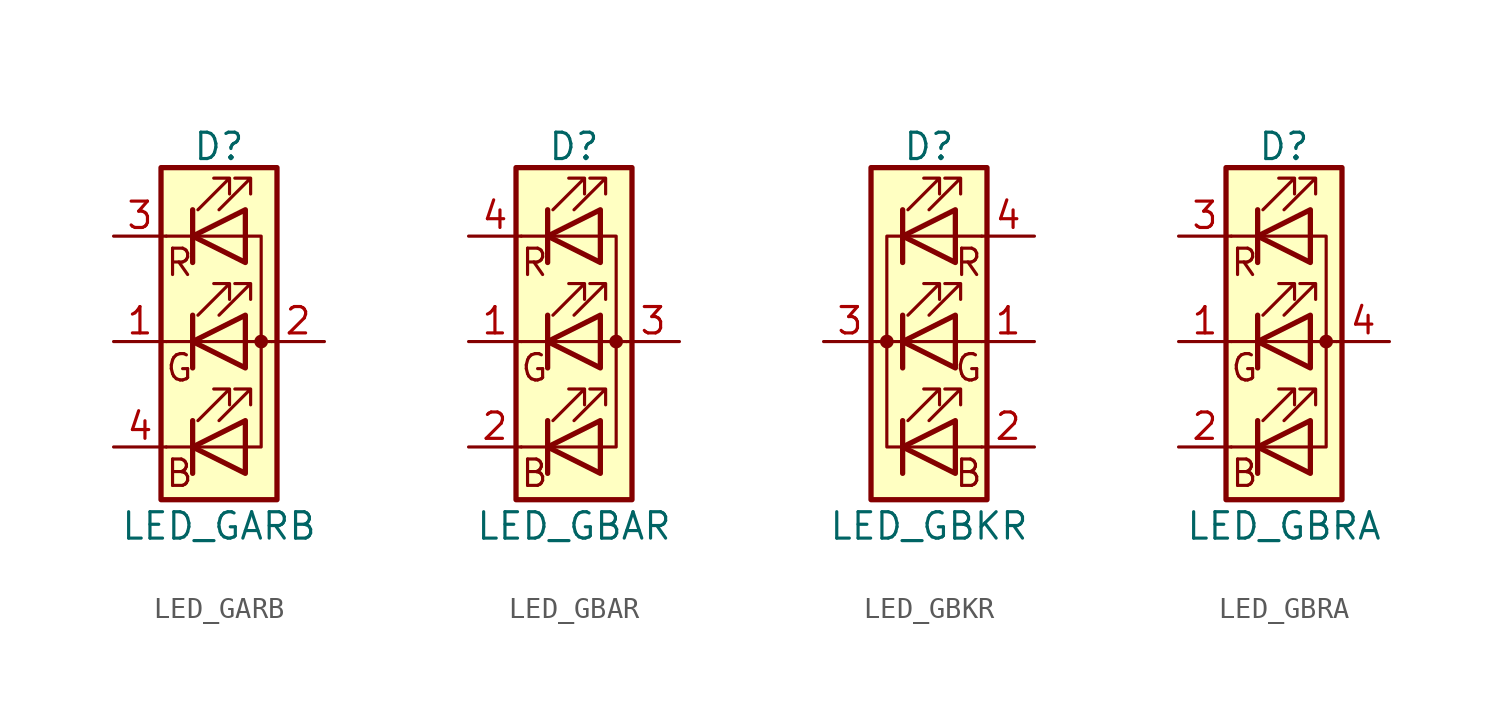
<source format=kicad_sym>
(kicad_symbol_lib
  (version 20201005)
  (generator kicad_symbol_editor)
  (symbol "LED_GARB"
    (pin_names
      (offset 0) hide)
    (property "Reference" "D"
      (at 0 9.398 0)
      (effects (font (size 1.27 1.27))))
    (property "Value" "LED_GARB"
      (at 0 -8.89 0)
      (effects (font (size 1.27 1.27))))
    (symbol "LED_GARB_0_0"
      (text "B" (at -1.905 -6.35 0) (effects (font (size 1.27 1.27))))
      (text "G" (at -1.905 -1.27 0) (effects (font (size 1.27 1.27))))
      (text "R" (at -1.905 3.81 0) (effects (font (size 1.27 1.27)))))
    (symbol "LED_GARB_0_1"
      (circle (center 2.032 0) (radius 0.254) (stroke (width 0)) (fill (type outline)))
      (rectangle (start 1.27 -1.27) (end 1.27 1.27) (stroke (width 0)) (fill (type none)))
      (rectangle (start 1.27 1.27) (end 1.27 1.27) (stroke (width 0)) (fill (type none)))
      (rectangle (start 1.27 3.81) (end 1.27 6.35) (stroke (width 0)) (fill (type none)))
      (rectangle (start 1.27 6.35) (end 1.27 6.35) (stroke (width 0)) (fill (type none)))
      (rectangle (start 2.794 8.382) (end -2.794 -7.62) (stroke (width 0.254)) (fill (type background)))
      (polyline (pts (xy -1.27 -5.08) (xy -2.54 -5.08)) (stroke (width 0)) (fill (type none)))
      (polyline (pts (xy -1.27 -5.08) (xy 1.27 -5.08)) (stroke (width 0)) (fill (type none)))
      (polyline (pts (xy -1.27 -3.81) (xy -1.27 -6.35)) (stroke (width 0.254)) (fill (type none)))
      (polyline (pts (xy -1.27 0) (xy -2.54 0)) (stroke (width 0)) (fill (type none)))
      (polyline (pts (xy -1.27 1.27) (xy -1.27 -1.27)) (stroke (width 0.254)) (fill (type none)))
      (polyline (pts (xy -1.27 5.08) (xy -2.54 5.08)) (stroke (width 0)) (fill (type none)))
      (polyline (pts (xy -1.27 5.08) (xy 1.27 5.08)) (stroke (width 0)) (fill (type none)))
      (polyline (pts (xy -1.27 6.35) (xy -1.27 3.81)) (stroke (width 0.254)) (fill (type none)))
      (polyline (pts (xy 1.27 0) (xy -1.27 0)) (stroke (width 0)) (fill (type none)))
      (polyline (pts (xy 1.27 0) (xy 2.54 0)) (stroke (width 0)) (fill (type none)))
      (polyline (pts (xy -1.27 1.27) (xy -1.27 -1.27) (xy -1.27 -1.27)) (stroke (width 0)) (fill (type none)))
      (polyline (pts (xy -1.27 6.35) (xy -1.27 3.81) (xy -1.27 3.81)) (stroke (width 0)) (fill (type none)))
      (polyline (pts (xy 1.27 -5.08) (xy 2.032 -5.08) (xy 2.032 5.08) (xy 1.27 5.08)) (stroke (width 0)) (fill (type none)))
      (polyline (pts (xy 1.27 -3.81) (xy 1.27 -6.35) (xy -1.27 -5.08) (xy 1.27 -3.81)) (stroke (width 0.254)) (fill (type none)))
      (polyline (pts (xy 1.27 1.27) (xy 1.27 -1.27) (xy -1.27 0) (xy 1.27 1.27)) (stroke (width 0.254)) (fill (type none)))
      (polyline (pts (xy 1.27 6.35) (xy 1.27 3.81) (xy -1.27 5.08) (xy 1.27 6.35)) (stroke (width 0.254)) (fill (type none)))
      (polyline (pts (xy -1.016 -3.81) (xy 0.508 -2.286) (xy -0.254 -2.286) (xy 0.508 -2.286) (xy 0.508 -3.048)) (stroke (width 0)) (fill (type none)))
      (polyline (pts (xy -1.016 1.27) (xy 0.508 2.794) (xy -0.254 2.794) (xy 0.508 2.794) (xy 0.508 2.032)) (stroke (width 0)) (fill (type none)))
      (polyline (pts (xy -1.016 6.35) (xy 0.508 7.874) (xy -0.254 7.874) (xy 0.508 7.874) (xy 0.508 7.112)) (stroke (width 0)) (fill (type none)))
      (polyline (pts (xy 0 -3.81) (xy 1.524 -2.286) (xy 0.762 -2.286) (xy 1.524 -2.286) (xy 1.524 -3.048)) (stroke (width 0)) (fill (type none)))
      (polyline (pts (xy 0 1.27) (xy 1.524 2.794) (xy 0.762 2.794) (xy 1.524 2.794) (xy 1.524 2.032)) (stroke (width 0)) (fill (type none)))
      (polyline (pts (xy 0 6.35) (xy 1.524 7.874) (xy 0.762 7.874) (xy 1.524 7.874) (xy 1.524 7.112)) (stroke (width 0)) (fill (type none))))
    (symbol "LED_GARB_1_1"
      (pin passive line (at -5.08 0 0) (length 2.54) (name "GK" (effects (font (size 1.27 1.27)))) (number "1" (effects (font (size 1.27 1.27)))))
      (pin passive line (at 5.08 0 180) (length 2.54) (name "A" (effects (font (size 1.27 1.27)))) (number "2" (effects (font (size 1.27 1.27)))))
      (pin passive line (at -5.08 5.08 0) (length 2.54) (name "RK" (effects (font (size 1.27 1.27)))) (number "3" (effects (font (size 1.27 1.27)))))
      (pin passive line (at -5.08 -5.08 0) (length 2.54) (name "BK" (effects (font (size 1.27 1.27)))) (number "4" (effects (font (size 1.27 1.27)))))))
  (symbol "LED_GBAR"
    (pin_names
      (offset 0) hide)
    (property "Reference" "D"
      (at 0 9.398 0)
      (effects (font (size 1.27 1.27))))
    (property "Value" "LED_GBAR"
      (at 0 -8.89 0)
      (effects (font (size 1.27 1.27))))
    (symbol "LED_GBAR_0_0"
      (text "B" (at -1.905 -6.35 0) (effects (font (size 1.27 1.27))))
      (text "G" (at -1.905 -1.27 0) (effects (font (size 1.27 1.27))))
      (text "R" (at -1.905 3.81 0) (effects (font (size 1.27 1.27)))))
    (symbol "LED_GBAR_0_1"
      (circle (center 2.032 0) (radius 0.254) (stroke (width 0)) (fill (type outline)))
      (rectangle (start 1.27 -1.27) (end 1.27 1.27) (stroke (width 0)) (fill (type none)))
      (rectangle (start 1.27 1.27) (end 1.27 1.27) (stroke (width 0)) (fill (type none)))
      (rectangle (start 1.27 3.81) (end 1.27 6.35) (stroke (width 0)) (fill (type none)))
      (rectangle (start 1.27 6.35) (end 1.27 6.35) (stroke (width 0)) (fill (type none)))
      (rectangle (start 2.794 8.382) (end -2.794 -7.62) (stroke (width 0.254)) (fill (type background)))
      (polyline (pts (xy -1.27 -5.08) (xy -2.54 -5.08)) (stroke (width 0)) (fill (type none)))
      (polyline (pts (xy -1.27 -5.08) (xy 1.27 -5.08)) (stroke (width 0)) (fill (type none)))
      (polyline (pts (xy -1.27 -3.81) (xy -1.27 -6.35)) (stroke (width 0.254)) (fill (type none)))
      (polyline (pts (xy -1.27 0) (xy -2.54 0)) (stroke (width 0)) (fill (type none)))
      (polyline (pts (xy -1.27 1.27) (xy -1.27 -1.27)) (stroke (width 0.254)) (fill (type none)))
      (polyline (pts (xy -1.27 5.08) (xy -2.54 5.08)) (stroke (width 0)) (fill (type none)))
      (polyline (pts (xy -1.27 5.08) (xy 1.27 5.08)) (stroke (width 0)) (fill (type none)))
      (polyline (pts (xy -1.27 6.35) (xy -1.27 3.81)) (stroke (width 0.254)) (fill (type none)))
      (polyline (pts (xy 1.27 0) (xy -1.27 0)) (stroke (width 0)) (fill (type none)))
      (polyline (pts (xy 1.27 0) (xy 2.54 0)) (stroke (width 0)) (fill (type none)))
      (polyline (pts (xy -1.27 1.27) (xy -1.27 -1.27) (xy -1.27 -1.27)) (stroke (width 0)) (fill (type none)))
      (polyline (pts (xy -1.27 6.35) (xy -1.27 3.81) (xy -1.27 3.81)) (stroke (width 0)) (fill (type none)))
      (polyline (pts (xy 1.27 -5.08) (xy 2.032 -5.08) (xy 2.032 5.08) (xy 1.27 5.08)) (stroke (width 0)) (fill (type none)))
      (polyline (pts (xy 1.27 -3.81) (xy 1.27 -6.35) (xy -1.27 -5.08) (xy 1.27 -3.81)) (stroke (width 0.254)) (fill (type none)))
      (polyline (pts (xy 1.27 1.27) (xy 1.27 -1.27) (xy -1.27 0) (xy 1.27 1.27)) (stroke (width 0.254)) (fill (type none)))
      (polyline (pts (xy 1.27 6.35) (xy 1.27 3.81) (xy -1.27 5.08) (xy 1.27 6.35)) (stroke (width 0.254)) (fill (type none)))
      (polyline (pts (xy -1.016 -3.81) (xy 0.508 -2.286) (xy -0.254 -2.286) (xy 0.508 -2.286) (xy 0.508 -3.048)) (stroke (width 0)) (fill (type none)))
      (polyline (pts (xy -1.016 1.27) (xy 0.508 2.794) (xy -0.254 2.794) (xy 0.508 2.794) (xy 0.508 2.032)) (stroke (width 0)) (fill (type none)))
      (polyline (pts (xy -1.016 6.35) (xy 0.508 7.874) (xy -0.254 7.874) (xy 0.508 7.874) (xy 0.508 7.112)) (stroke (width 0)) (fill (type none)))
      (polyline (pts (xy 0 -3.81) (xy 1.524 -2.286) (xy 0.762 -2.286) (xy 1.524 -2.286) (xy 1.524 -3.048)) (stroke (width 0)) (fill (type none)))
      (polyline (pts (xy 0 1.27) (xy 1.524 2.794) (xy 0.762 2.794) (xy 1.524 2.794) (xy 1.524 2.032)) (stroke (width 0)) (fill (type none)))
      (polyline (pts (xy 0 6.35) (xy 1.524 7.874) (xy 0.762 7.874) (xy 1.524 7.874) (xy 1.524 7.112)) (stroke (width 0)) (fill (type none))))
    (symbol "LED_GBAR_1_1"
      (pin passive line (at -5.08 0 0) (length 2.54) (name "GK" (effects (font (size 1.27 1.27)))) (number "1" (effects (font (size 1.27 1.27)))))
      (pin passive line (at -5.08 -5.08 0) (length 2.54) (name "BK" (effects (font (size 1.27 1.27)))) (number "2" (effects (font (size 1.27 1.27)))))
      (pin passive line (at 5.08 0 180) (length 2.54) (name "A" (effects (font (size 1.27 1.27)))) (number "3" (effects (font (size 1.27 1.27)))))
      (pin passive line (at -5.08 5.08 0) (length 2.54) (name "RK" (effects (font (size 1.27 1.27)))) (number "4" (effects (font (size 1.27 1.27)))))))
  (symbol "LED_GBKR"
    (pin_names
      (offset 0) hide)
    (property "Reference" "D"
      (at 0 9.398 0)
      (effects (font (size 1.27 1.27))))
    (property "Value" "LED_GBKR"
      (at 0 -8.89 0)
      (effects (font (size 1.27 1.27))))
    (symbol "LED_GBKR_0_0"
      (text "B" (at 1.905 -6.35 0) (effects (font (size 1.27 1.27))))
      (text "G" (at 1.905 -1.27 0) (effects (font (size 1.27 1.27))))
      (text "R" (at 1.905 3.81 0) (effects (font (size 1.27 1.27)))))
    (symbol "LED_GBKR_0_1"
      (circle (center -2.032 0) (radius 0.254) (stroke (width 0)) (fill (type outline)))
      (rectangle (start 1.27 -1.27) (end 1.27 1.27) (stroke (width 0)) (fill (type none)))
      (rectangle (start 1.27 1.27) (end 1.27 1.27) (stroke (width 0)) (fill (type none)))
      (rectangle (start 1.27 3.81) (end 1.27 6.35) (stroke (width 0)) (fill (type none)))
      (rectangle (start 1.27 6.35) (end 1.27 6.35) (stroke (width 0)) (fill (type none)))
      (rectangle (start 2.794 8.382) (end -2.794 -7.62) (stroke (width 0.254)) (fill (type background)))
      (polyline (pts (xy -1.27 -5.08) (xy 1.27 -5.08)) (stroke (width 0)) (fill (type none)))
      (polyline (pts (xy -1.27 -3.81) (xy -1.27 -6.35)) (stroke (width 0.254)) (fill (type none)))
      (polyline (pts (xy -1.27 0) (xy -2.54 0)) (stroke (width 0)) (fill (type none)))
      (polyline (pts (xy -1.27 1.27) (xy -1.27 -1.27)) (stroke (width 0.254)) (fill (type none)))
      (polyline (pts (xy -1.27 5.08) (xy 1.27 5.08)) (stroke (width 0)) (fill (type none)))
      (polyline (pts (xy -1.27 6.35) (xy -1.27 3.81)) (stroke (width 0.254)) (fill (type none)))
      (polyline (pts (xy 1.27 -5.08) (xy 2.54 -5.08)) (stroke (width 0)) (fill (type none)))
      (polyline (pts (xy 1.27 0) (xy -1.27 0)) (stroke (width 0)) (fill (type none)))
      (polyline (pts (xy 1.27 0) (xy 2.54 0)) (stroke (width 0)) (fill (type none)))
      (polyline (pts (xy 1.27 5.08) (xy 2.54 5.08)) (stroke (width 0)) (fill (type none)))
      (polyline (pts (xy -1.27 1.27) (xy -1.27 -1.27) (xy -1.27 -1.27)) (stroke (width 0)) (fill (type none)))
      (polyline (pts (xy -1.27 6.35) (xy -1.27 3.81) (xy -1.27 3.81)) (stroke (width 0)) (fill (type none)))
      (polyline (pts (xy -1.27 5.08) (xy -2.032 5.08) (xy -2.032 -5.08) (xy -1.016 -5.08)) (stroke (width 0)) (fill (type none)))
      (polyline (pts (xy 1.27 -3.81) (xy 1.27 -6.35) (xy -1.27 -5.08) (xy 1.27 -3.81)) (stroke (width 0.254)) (fill (type none)))
      (polyline (pts (xy 1.27 1.27) (xy 1.27 -1.27) (xy -1.27 0) (xy 1.27 1.27)) (stroke (width 0.254)) (fill (type none)))
      (polyline (pts (xy 1.27 6.35) (xy 1.27 3.81) (xy -1.27 5.08) (xy 1.27 6.35)) (stroke (width 0.254)) (fill (type none)))
      (polyline (pts (xy -1.016 -3.81) (xy 0.508 -2.286) (xy -0.254 -2.286) (xy 0.508 -2.286) (xy 0.508 -3.048)) (stroke (width 0)) (fill (type none)))
      (polyline (pts (xy -1.016 1.27) (xy 0.508 2.794) (xy -0.254 2.794) (xy 0.508 2.794) (xy 0.508 2.032)) (stroke (width 0)) (fill (type none)))
      (polyline (pts (xy -1.016 6.35) (xy 0.508 7.874) (xy -0.254 7.874) (xy 0.508 7.874) (xy 0.508 7.112)) (stroke (width 0)) (fill (type none)))
      (polyline (pts (xy 0 -3.81) (xy 1.524 -2.286) (xy 0.762 -2.286) (xy 1.524 -2.286) (xy 1.524 -3.048)) (stroke (width 0)) (fill (type none)))
      (polyline (pts (xy 0 1.27) (xy 1.524 2.794) (xy 0.762 2.794) (xy 1.524 2.794) (xy 1.524 2.032)) (stroke (width 0)) (fill (type none)))
      (polyline (pts (xy 0 6.35) (xy 1.524 7.874) (xy 0.762 7.874) (xy 1.524 7.874) (xy 1.524 7.112)) (stroke (width 0)) (fill (type none))))
    (symbol "LED_GBKR_1_1"
      (pin passive line (at 5.08 0 180) (length 2.54) (name "GA" (effects (font (size 1.27 1.27)))) (number "1" (effects (font (size 1.27 1.27)))))
      (pin passive line (at 5.08 -5.08 180) (length 2.54) (name "BA" (effects (font (size 1.27 1.27)))) (number "2" (effects (font (size 1.27 1.27)))))
      (pin passive line (at -5.08 0 0) (length 2.54) (name "K" (effects (font (size 1.27 1.27)))) (number "3" (effects (font (size 1.27 1.27)))))
      (pin passive line (at 5.08 5.08 180) (length 2.54) (name "RA" (effects (font (size 1.27 1.27)))) (number "4" (effects (font (size 1.27 1.27)))))))
  (symbol "LED_GBRA"
    (pin_names
      (offset 0) hide)
    (property "Reference" "D"
      (at 0 9.398 0)
      (effects (font (size 1.27 1.27))))
    (property "Value" "LED_GBRA"
      (at 0 -8.89 0)
      (effects (font (size 1.27 1.27))))
    (symbol "LED_GBRA_0_0"
      (text "B" (at -1.905 -6.35 0) (effects (font (size 1.27 1.27))))
      (text "G" (at -1.905 -1.27 0) (effects (font (size 1.27 1.27))))
      (text "R" (at -1.905 3.81 0) (effects (font (size 1.27 1.27)))))
    (symbol "LED_GBRA_0_1"
      (circle (center 2.032 0) (radius 0.254) (stroke (width 0)) (fill (type outline)))
      (rectangle (start 1.27 -1.27) (end 1.27 1.27) (stroke (width 0)) (fill (type none)))
      (rectangle (start 1.27 1.27) (end 1.27 1.27) (stroke (width 0)) (fill (type none)))
      (rectangle (start 1.27 3.81) (end 1.27 6.35) (stroke (width 0)) (fill (type none)))
      (rectangle (start 1.27 6.35) (end 1.27 6.35) (stroke (width 0)) (fill (type none)))
      (rectangle (start 2.794 8.382) (end -2.794 -7.62) (stroke (width 0.254)) (fill (type background)))
      (polyline (pts (xy -1.27 -5.08) (xy -2.54 -5.08)) (stroke (width 0)) (fill (type none)))
      (polyline (pts (xy -1.27 -5.08) (xy 1.27 -5.08)) (stroke (width 0)) (fill (type none)))
      (polyline (pts (xy -1.27 -3.81) (xy -1.27 -6.35)) (stroke (width 0.254)) (fill (type none)))
      (polyline (pts (xy -1.27 0) (xy -2.54 0)) (stroke (width 0)) (fill (type none)))
      (polyline (pts (xy -1.27 1.27) (xy -1.27 -1.27)) (stroke (width 0.254)) (fill (type none)))
      (polyline (pts (xy -1.27 5.08) (xy -2.54 5.08)) (stroke (width 0)) (fill (type none)))
      (polyline (pts (xy -1.27 5.08) (xy 1.27 5.08)) (stroke (width 0)) (fill (type none)))
      (polyline (pts (xy -1.27 6.35) (xy -1.27 3.81)) (stroke (width 0.254)) (fill (type none)))
      (polyline (pts (xy 1.27 0) (xy -1.27 0)) (stroke (width 0)) (fill (type none)))
      (polyline (pts (xy 1.27 0) (xy 2.54 0)) (stroke (width 0)) (fill (type none)))
      (polyline (pts (xy -1.27 1.27) (xy -1.27 -1.27) (xy -1.27 -1.27)) (stroke (width 0)) (fill (type none)))
      (polyline (pts (xy -1.27 6.35) (xy -1.27 3.81) (xy -1.27 3.81)) (stroke (width 0)) (fill (type none)))
      (polyline (pts (xy 1.27 -5.08) (xy 2.032 -5.08) (xy 2.032 5.08) (xy 1.27 5.08)) (stroke (width 0)) (fill (type none)))
      (polyline (pts (xy 1.27 -3.81) (xy 1.27 -6.35) (xy -1.27 -5.08) (xy 1.27 -3.81)) (stroke (width 0.254)) (fill (type none)))
      (polyline (pts (xy 1.27 1.27) (xy 1.27 -1.27) (xy -1.27 0) (xy 1.27 1.27)) (stroke (width 0.254)) (fill (type none)))
      (polyline (pts (xy 1.27 6.35) (xy 1.27 3.81) (xy -1.27 5.08) (xy 1.27 6.35)) (stroke (width 0.254)) (fill (type none)))
      (polyline (pts (xy -1.016 -3.81) (xy 0.508 -2.286) (xy -0.254 -2.286) (xy 0.508 -2.286) (xy 0.508 -3.048)) (stroke (width 0)) (fill (type none)))
      (polyline (pts (xy -1.016 1.27) (xy 0.508 2.794) (xy -0.254 2.794) (xy 0.508 2.794) (xy 0.508 2.032)) (stroke (width 0)) (fill (type none)))
      (polyline (pts (xy -1.016 6.35) (xy 0.508 7.874) (xy -0.254 7.874) (xy 0.508 7.874) (xy 0.508 7.112)) (stroke (width 0)) (fill (type none)))
      (polyline (pts (xy 0 -3.81) (xy 1.524 -2.286) (xy 0.762 -2.286) (xy 1.524 -2.286) (xy 1.524 -3.048)) (stroke (width 0)) (fill (type none)))
      (polyline (pts (xy 0 1.27) (xy 1.524 2.794) (xy 0.762 2.794) (xy 1.524 2.794) (xy 1.524 2.032)) (stroke (width 0)) (fill (type none)))
      (polyline (pts (xy 0 6.35) (xy 1.524 7.874) (xy 0.762 7.874) (xy 1.524 7.874) (xy 1.524 7.112)) (stroke (width 0)) (fill (type none))))
    (symbol "LED_GBRA_1_1"
      (pin passive line (at -5.08 0 0) (length 2.54) (name "GK" (effects (font (size 1.27 1.27)))) (number "1" (effects (font (size 1.27 1.27)))))
      (pin passive line (at -5.08 -5.08 0) (length 2.54) (name "BK" (effects (font (size 1.27 1.27)))) (number "2" (effects (font (size 1.27 1.27)))))
      (pin passive line (at -5.08 5.08 0) (length 2.54) (name "RK" (effects (font (size 1.27 1.27)))) (number "3" (effects (font (size 1.27 1.27)))))
      (pin passive line (at 5.08 0 180) (length 2.54) (name "A" (effects (font (size 1.27 1.27)))) (number "4" (effects (font (size 1.27 1.27))))))))
</source>
